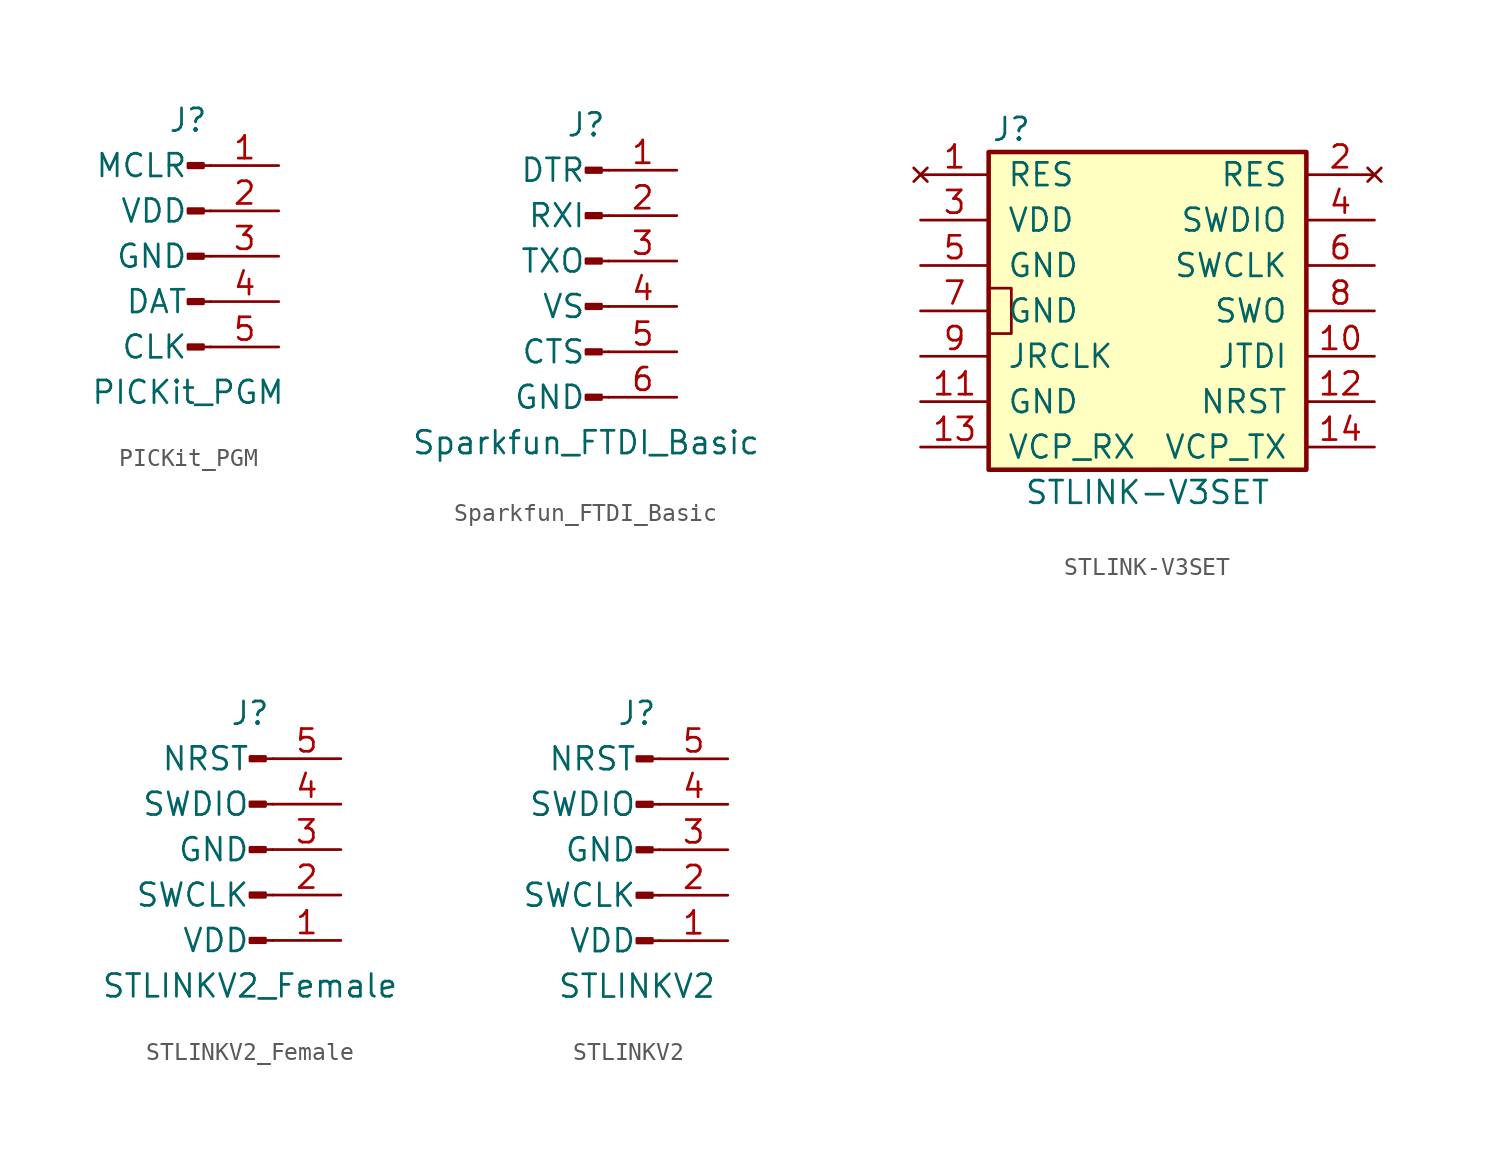
<source format=kicad_sym>
(kicad_symbol_lib
  (version 20211014)
  (generator kicad_symbol_editor)
  (symbol "PICKit_PGM"
    (pin_names
      (offset 1.27))
    (property "Reference" "J"
      (at 0 7.62 0)
      (effects (font (size 1.27 1.27))))
    (property "Value" "PICKit_PGM"
      (at 0 -7.62 0)
      (effects (font (size 1.27 1.27))))
    (symbol "PICKit_PGM_1_1"
      (polyline (pts (xy 1.27 -5.08) (xy 0.864 -5.08)) (stroke (width 0.152) (type default) (color 0 0 0 0)) (fill (type none)))
      (polyline (pts (xy 1.27 -2.54) (xy 0.864 -2.54)) (stroke (width 0.152) (type default) (color 0 0 0 0)) (fill (type none)))
      (polyline (pts (xy 1.27 0) (xy 0.864 0)) (stroke (width 0.152) (type default) (color 0 0 0 0)) (fill (type none)))
      (polyline (pts (xy 1.27 2.54) (xy 0.864 2.54)) (stroke (width 0.152) (type default) (color 0 0 0 0)) (fill (type none)))
      (polyline (pts (xy 1.27 5.08) (xy 0.864 5.08)) (stroke (width 0.152) (type default) (color 0 0 0 0)) (fill (type none)))
      (rectangle (start 0.864 -4.953) (end 0 -5.207) (stroke (width 0.152) (type default) (color 0 0 0 0)) (fill (type outline)))
      (rectangle (start 0.864 -2.413) (end 0 -2.667) (stroke (width 0.152) (type default) (color 0 0 0 0)) (fill (type outline)))
      (rectangle (start 0.864 0.127) (end 0 -0.127) (stroke (width 0.152) (type default) (color 0 0 0 0)) (fill (type outline)))
      (rectangle (start 0.864 2.667) (end 0 2.413) (stroke (width 0.152) (type default) (color 0 0 0 0)) (fill (type outline)))
      (rectangle (start 0.864 5.207) (end 0 4.953) (stroke (width 0.152) (type default) (color 0 0 0 0)) (fill (type outline)))
      (pin passive line (at 5.08 5.08 180) (length 3.81) (name "MCLR" (effects (font (size 1.27 1.27)))) (number "1" (effects (font (size 1.27 1.27)))))
      (pin passive line (at 5.08 2.54 180) (length 3.81) (name "VDD" (effects (font (size 1.27 1.27)))) (number "2" (effects (font (size 1.27 1.27)))))
      (pin passive line (at 5.08 0 180) (length 3.81) (name "GND" (effects (font (size 1.27 1.27)))) (number "3" (effects (font (size 1.27 1.27)))))
      (pin passive line (at 5.08 -2.54 180) (length 3.81) (name "DAT" (effects (font (size 1.27 1.27)))) (number "4" (effects (font (size 1.27 1.27)))))
      (pin passive line (at 5.08 -5.08 180) (length 3.81) (name "CLK" (effects (font (size 1.27 1.27)))) (number "5" (effects (font (size 1.27 1.27)))))))
  (symbol "Sparkfun_FTDI_Basic"
    (pin_names
      (offset 1.27))
    (property "Reference" "J"
      (at 0 7.62 0)
      (effects (font (size 1.27 1.27))))
    (property "Value" "Sparkfun_FTDI_Basic"
      (at 0 -10.16 0)
      (effects (font (size 1.27 1.27))))
    (symbol "Sparkfun_FTDI_Basic_1_1"
      (polyline (pts (xy 1.27 -7.62) (xy 0.864 -7.62)) (stroke (width 0.152) (type default) (color 0 0 0 0)) (fill (type none)))
      (polyline (pts (xy 1.27 -5.08) (xy 0.864 -5.08)) (stroke (width 0.152) (type default) (color 0 0 0 0)) (fill (type none)))
      (polyline (pts (xy 1.27 -2.54) (xy 0.864 -2.54)) (stroke (width 0.152) (type default) (color 0 0 0 0)) (fill (type none)))
      (polyline (pts (xy 1.27 0) (xy 0.864 0)) (stroke (width 0.152) (type default) (color 0 0 0 0)) (fill (type none)))
      (polyline (pts (xy 1.27 2.54) (xy 0.864 2.54)) (stroke (width 0.152) (type default) (color 0 0 0 0)) (fill (type none)))
      (polyline (pts (xy 1.27 5.08) (xy 0.864 5.08)) (stroke (width 0.152) (type default) (color 0 0 0 0)) (fill (type none)))
      (rectangle (start 0.864 -7.493) (end 0 -7.747) (stroke (width 0.152) (type default) (color 0 0 0 0)) (fill (type outline)))
      (rectangle (start 0.864 -4.953) (end 0 -5.207) (stroke (width 0.152) (type default) (color 0 0 0 0)) (fill (type outline)))
      (rectangle (start 0.864 -2.413) (end 0 -2.667) (stroke (width 0.152) (type default) (color 0 0 0 0)) (fill (type outline)))
      (rectangle (start 0.864 0.127) (end 0 -0.127) (stroke (width 0.152) (type default) (color 0 0 0 0)) (fill (type outline)))
      (rectangle (start 0.864 2.667) (end 0 2.413) (stroke (width 0.152) (type default) (color 0 0 0 0)) (fill (type outline)))
      (rectangle (start 0.864 5.207) (end 0 4.953) (stroke (width 0.152) (type default) (color 0 0 0 0)) (fill (type outline)))
      (pin passive line (at 5.08 5.08 180) (length 3.81) (name "DTR" (effects (font (size 1.27 1.27)))) (number "1" (effects (font (size 1.27 1.27)))))
      (pin passive line (at 5.08 2.54 180) (length 3.81) (name "RXI" (effects (font (size 1.27 1.27)))) (number "2" (effects (font (size 1.27 1.27)))))
      (pin passive line (at 5.08 0 180) (length 3.81) (name "TXO" (effects (font (size 1.27 1.27)))) (number "3" (effects (font (size 1.27 1.27)))))
      (pin passive line (at 5.08 -2.54 180) (length 3.81) (name "VS" (effects (font (size 1.27 1.27)))) (number "4" (effects (font (size 1.27 1.27)))))
      (pin passive line (at 5.08 -5.08 180) (length 3.81) (name "CTS" (effects (font (size 1.27 1.27)))) (number "5" (effects (font (size 1.27 1.27)))))
      (pin passive line (at 5.08 -7.62 180) (length 3.81) (name "GND" (effects (font (size 1.27 1.27)))) (number "6" (effects (font (size 1.27 1.27)))))))
  (symbol "STLINK-V3SET"
    (pin_names
      (offset 1.016))
    (property "Reference" "J"
      (at -7.62 10.16 0)
      (effects (font (size 1.27 1.27))))
    (property "Value" "STLINK-V3SET"
      (at 0 -10.16 0)
      (effects (font (size 1.27 1.27))))
    (symbol "STLINK-V3SET_0_1"
      (rectangle (start -8.89 1.27) (end -7.62 -1.27) (stroke (width 0) (type default) (color 0 0 0 0)) (fill (type none))))
    (symbol "STLINK-V3SET_1_1"
      (rectangle (start -8.89 8.89) (end 8.89 -8.89) (stroke (width 0.254) (type default) (color 0 0 0 0)) (fill (type background)))
      (pin no_connect line (at -12.7 7.62 0) (length 3.81) (name "RES" (effects (font (size 1.27 1.27)))) (number "1" (effects (font (size 1.27 1.27)))))
      (pin passive line (at 12.7 -2.54 180) (length 3.81) (name "JTDI" (effects (font (size 1.27 1.27)))) (number "10" (effects (font (size 1.27 1.27)))))
      (pin passive line (at -12.7 -5.08 0) (length 3.81) (name "GND" (effects (font (size 1.27 1.27)))) (number "11" (effects (font (size 1.27 1.27)))))
      (pin passive line (at 12.7 -5.08 180) (length 3.81) (name "NRST" (effects (font (size 1.27 1.27)))) (number "12" (effects (font (size 1.27 1.27)))))
      (pin passive line (at -12.7 -7.62 0) (length 3.81) (name "VCP_RX" (effects (font (size 1.27 1.27)))) (number "13" (effects (font (size 1.27 1.27)))))
      (pin passive line (at 12.7 -7.62 180) (length 3.81) (name "VCP_TX" (effects (font (size 1.27 1.27)))) (number "14" (effects (font (size 1.27 1.27)))))
      (pin no_connect line (at 12.7 7.62 180) (length 3.81) (name "RES" (effects (font (size 1.27 1.27)))) (number "2" (effects (font (size 1.27 1.27)))))
      (pin passive line (at -12.7 5.08 0) (length 3.81) (name "VDD" (effects (font (size 1.27 1.27)))) (number "3" (effects (font (size 1.27 1.27)))))
      (pin passive line (at 12.7 5.08 180) (length 3.81) (name "SWDIO" (effects (font (size 1.27 1.27)))) (number "4" (effects (font (size 1.27 1.27)))))
      (pin passive line (at -12.7 2.54 0) (length 3.81) (name "GND" (effects (font (size 1.27 1.27)))) (number "5" (effects (font (size 1.27 1.27)))))
      (pin passive line (at 12.7 2.54 180) (length 3.81) (name "SWCLK" (effects (font (size 1.27 1.27)))) (number "6" (effects (font (size 1.27 1.27)))))
      (pin passive line (at -12.7 0 0) (length 3.81) (name "GND" (effects (font (size 1.27 1.27)))) (number "7" (effects (font (size 1.27 1.27)))))
      (pin passive line (at 12.7 0 180) (length 3.81) (name "SWO" (effects (font (size 1.27 1.27)))) (number "8" (effects (font (size 1.27 1.27)))))
      (pin passive line (at -12.7 -2.54 0) (length 3.81) (name "JRCLK" (effects (font (size 1.27 1.27)))) (number "9" (effects (font (size 1.27 1.27)))))))
  (symbol "STLINKV2_Female"
    (pin_names
      (offset 1.27))
    (property "Reference" "J"
      (at 0 7.62 0)
      (effects (font (size 1.27 1.27))))
    (property "Value" "STLINKV2_Female"
      (at 0 -7.62 0)
      (effects (font (size 1.27 1.27))))
    (symbol "STLINKV2_Female_1_1"
      (polyline (pts (xy 1.27 -5.08) (xy 0.864 -5.08)) (stroke (width 0.152) (type default) (color 0 0 0 0)) (fill (type none)))
      (polyline (pts (xy 1.27 -2.54) (xy 0.864 -2.54)) (stroke (width 0.152) (type default) (color 0 0 0 0)) (fill (type none)))
      (polyline (pts (xy 1.27 0) (xy 0.864 0)) (stroke (width 0.152) (type default) (color 0 0 0 0)) (fill (type none)))
      (polyline (pts (xy 1.27 2.54) (xy 0.864 2.54)) (stroke (width 0.152) (type default) (color 0 0 0 0)) (fill (type none)))
      (polyline (pts (xy 1.27 5.08) (xy 0.864 5.08)) (stroke (width 0.152) (type default) (color 0 0 0 0)) (fill (type none)))
      (rectangle (start 0.864 -4.953) (end 0 -5.207) (stroke (width 0.152) (type default) (color 0 0 0 0)) (fill (type outline)))
      (rectangle (start 0.864 -2.413) (end 0 -2.667) (stroke (width 0.152) (type default) (color 0 0 0 0)) (fill (type outline)))
      (rectangle (start 0.864 0.127) (end 0 -0.127) (stroke (width 0.152) (type default) (color 0 0 0 0)) (fill (type outline)))
      (rectangle (start 0.864 2.667) (end 0 2.413) (stroke (width 0.152) (type default) (color 0 0 0 0)) (fill (type outline)))
      (rectangle (start 0.864 5.207) (end 0 4.953) (stroke (width 0.152) (type default) (color 0 0 0 0)) (fill (type outline)))
      (pin passive line (at 5.08 -5.08 180) (length 3.81) (name "VDD" (effects (font (size 1.27 1.27)))) (number "1" (effects (font (size 1.27 1.27)))))
      (pin passive line (at 5.08 -2.54 180) (length 3.81) (name "SWCLK" (effects (font (size 1.27 1.27)))) (number "2" (effects (font (size 1.27 1.27)))))
      (pin passive line (at 5.08 0 180) (length 3.81) (name "GND" (effects (font (size 1.27 1.27)))) (number "3" (effects (font (size 1.27 1.27)))))
      (pin passive line (at 5.08 2.54 180) (length 3.81) (name "SWDIO" (effects (font (size 1.27 1.27)))) (number "4" (effects (font (size 1.27 1.27)))))
      (pin passive line (at 5.08 5.08 180) (length 3.81) (name "NRST" (effects (font (size 1.27 1.27)))) (number "5" (effects (font (size 1.27 1.27)))))))
  (symbol "STLINKV2"
    (pin_names
      (offset 1.27))
    (property "Reference" "J"
      (at 0 7.62 0)
      (effects (font (size 1.27 1.27))))
    (property "Value" "STLINKV2"
      (at 0 -7.62 0)
      (effects (font (size 1.27 1.27))))
    (symbol "STLINKV2_1_1"
      (polyline (pts (xy 1.27 -5.08) (xy 0.864 -5.08)) (stroke (width 0.152) (type default) (color 0 0 0 0)) (fill (type none)))
      (polyline (pts (xy 1.27 -2.54) (xy 0.864 -2.54)) (stroke (width 0.152) (type default) (color 0 0 0 0)) (fill (type none)))
      (polyline (pts (xy 1.27 0) (xy 0.864 0)) (stroke (width 0.152) (type default) (color 0 0 0 0)) (fill (type none)))
      (polyline (pts (xy 1.27 2.54) (xy 0.864 2.54)) (stroke (width 0.152) (type default) (color 0 0 0 0)) (fill (type none)))
      (polyline (pts (xy 1.27 5.08) (xy 0.864 5.08)) (stroke (width 0.152) (type default) (color 0 0 0 0)) (fill (type none)))
      (rectangle (start 0.864 -4.953) (end 0 -5.207) (stroke (width 0.152) (type default) (color 0 0 0 0)) (fill (type outline)))
      (rectangle (start 0.864 -2.413) (end 0 -2.667) (stroke (width 0.152) (type default) (color 0 0 0 0)) (fill (type outline)))
      (rectangle (start 0.864 0.127) (end 0 -0.127) (stroke (width 0.152) (type default) (color 0 0 0 0)) (fill (type outline)))
      (rectangle (start 0.864 2.667) (end 0 2.413) (stroke (width 0.152) (type default) (color 0 0 0 0)) (fill (type outline)))
      (rectangle (start 0.864 5.207) (end 0 4.953) (stroke (width 0.152) (type default) (color 0 0 0 0)) (fill (type outline)))
      (pin passive line (at 5.08 -5.08 180) (length 3.81) (name "VDD" (effects (font (size 1.27 1.27)))) (number "1" (effects (font (size 1.27 1.27)))))
      (pin passive line (at 5.08 -2.54 180) (length 3.81) (name "SWCLK" (effects (font (size 1.27 1.27)))) (number "2" (effects (font (size 1.27 1.27)))))
      (pin passive line (at 5.08 0 180) (length 3.81) (name "GND" (effects (font (size 1.27 1.27)))) (number "3" (effects (font (size 1.27 1.27)))))
      (pin passive line (at 5.08 2.54 180) (length 3.81) (name "SWDIO" (effects (font (size 1.27 1.27)))) (number "4" (effects (font (size 1.27 1.27)))))
      (pin passive line (at 5.08 5.08 180) (length 3.81) (name "NRST" (effects (font (size 1.27 1.27)))) (number "5" (effects (font (size 1.27 1.27))))))))
</source>
